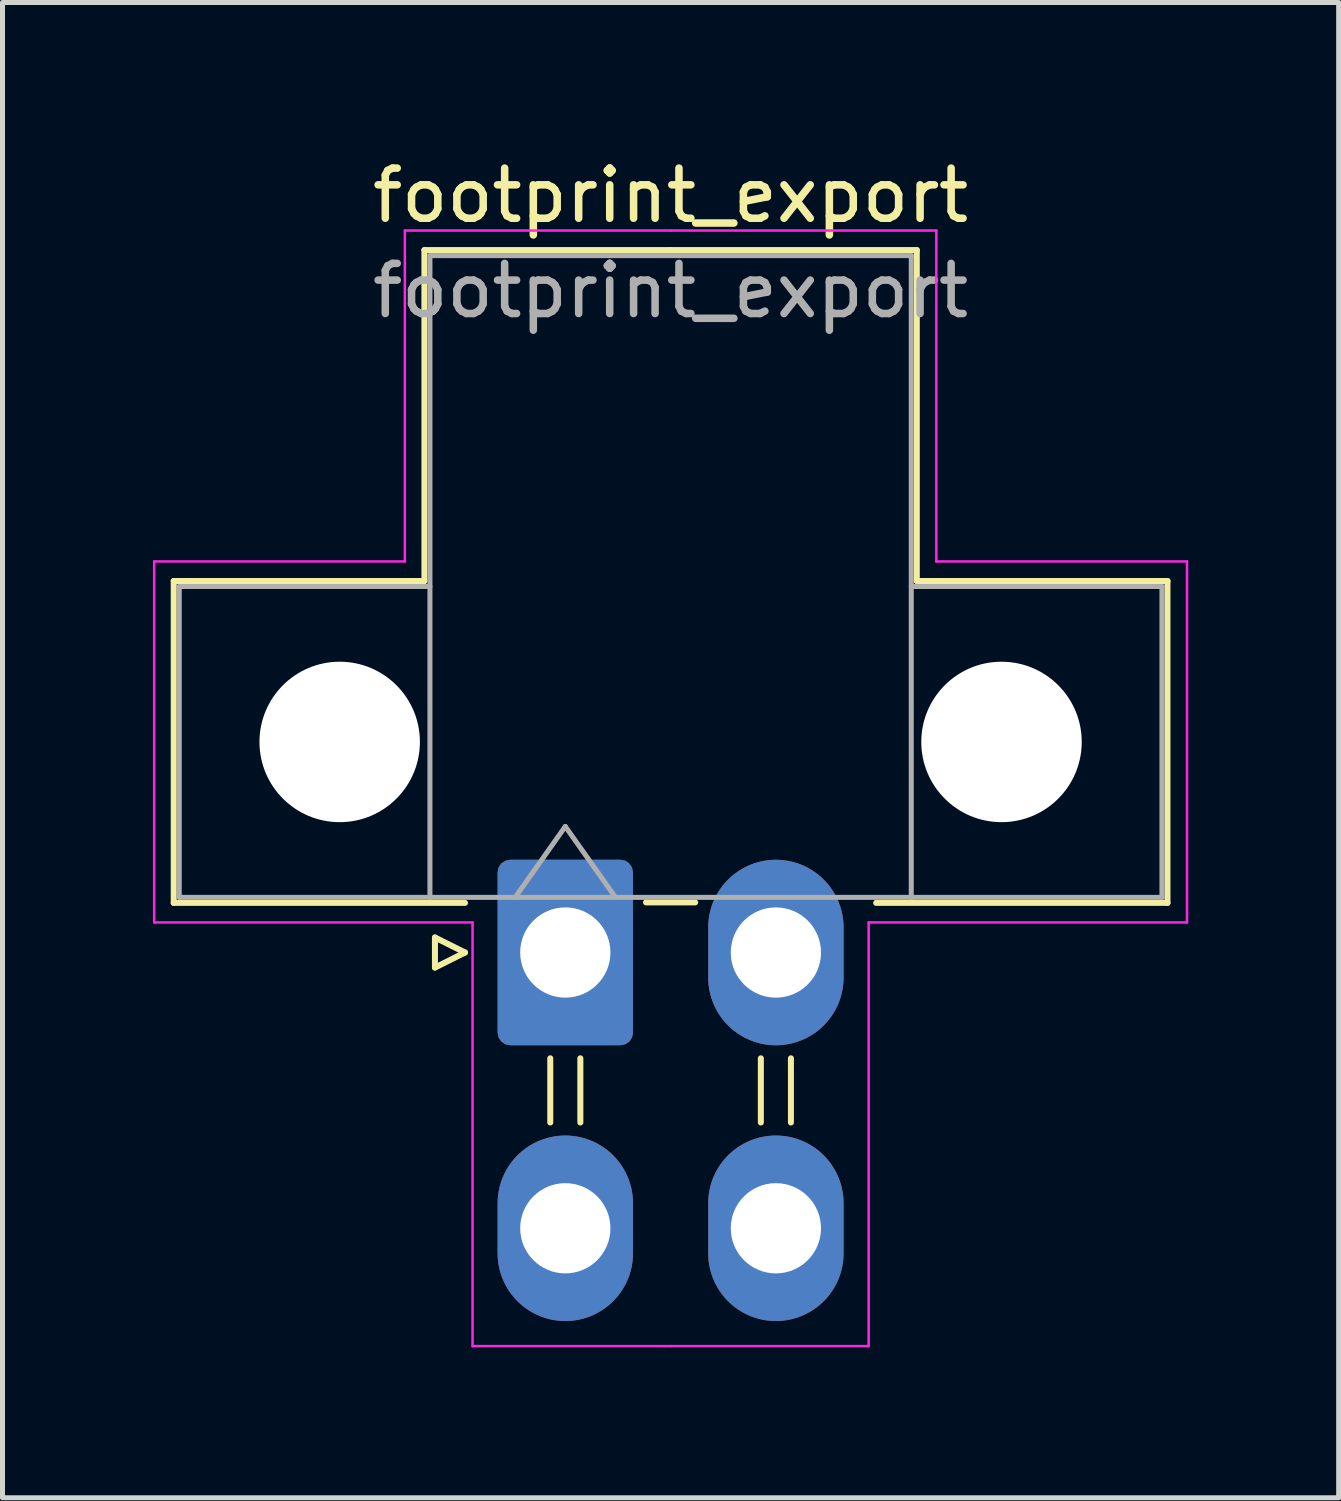
<source format=kicad_pcb>
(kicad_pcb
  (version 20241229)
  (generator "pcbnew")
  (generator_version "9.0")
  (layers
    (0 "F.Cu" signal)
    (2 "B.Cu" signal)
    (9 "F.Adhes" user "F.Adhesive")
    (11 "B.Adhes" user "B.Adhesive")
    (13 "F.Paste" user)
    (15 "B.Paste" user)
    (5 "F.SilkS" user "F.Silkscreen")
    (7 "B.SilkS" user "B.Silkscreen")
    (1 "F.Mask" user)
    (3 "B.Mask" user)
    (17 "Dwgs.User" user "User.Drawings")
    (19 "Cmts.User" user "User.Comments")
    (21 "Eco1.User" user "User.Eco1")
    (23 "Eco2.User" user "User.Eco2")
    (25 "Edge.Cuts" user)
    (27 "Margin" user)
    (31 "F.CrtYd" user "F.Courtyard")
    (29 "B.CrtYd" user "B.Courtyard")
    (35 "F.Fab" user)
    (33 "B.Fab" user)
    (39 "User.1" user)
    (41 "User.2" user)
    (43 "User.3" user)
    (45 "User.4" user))
  (footprint "footprint_export"
    (layer "F.Cu")
    (at 8.225 15.948)
    (property "Reference" "footprint_export" (at 2.1 -15.1 0) (layer "F.SilkS") (effects (font (size 1 1) (thickness 0.15))))
    (attr through_hole)
    (fp_line (start -7.81 -7.41) (end -7.81 -0.99) (stroke (width 0.12) (type solid)) (layer "F.SilkS"))
    (fp_line (start -7.81 -0.99) (end -2 -0.99) (stroke (width 0.12) (type solid)) (layer "F.SilkS"))
    (fp_line (start -2.81 -14.01) (end -2.81 -7.41) (stroke (width 0.12) (type solid)) (layer "F.SilkS"))
    (fp_line (start -2.81 -7.41) (end -7.81 -7.41) (stroke (width 0.12) (type solid)) (layer "F.SilkS"))
    (fp_line (start -2.6 -0.3) (end -2 0) (stroke (width 0.12) (type solid)) (layer "F.SilkS"))
    (fp_line (start -2.6 0.3) (end -2.6 -0.3) (stroke (width 0.12) (type solid)) (layer "F.SilkS"))
    (fp_line (start -2 0) (end -2.6 0.3) (stroke (width 0.12) (type solid)) (layer "F.SilkS"))
    (fp_line (start -0.3 2.11) (end -0.3 3.39) (stroke (width 0.12) (type solid)) (layer "F.SilkS"))
    (fp_line (start 0.3 2.11) (end 0.3 3.39) (stroke (width 0.12) (type solid)) (layer "F.SilkS"))
    (fp_line (start 1.61 -1) (end 2.59 -1) (stroke (width 0.12) (type solid)) (layer "F.SilkS"))
    (fp_line (start 2.1 -14.01) (end -2.81 -14.01) (stroke (width 0.12) (type solid)) (layer "F.SilkS"))
    (fp_line (start 2.1 -14.01) (end 7.01 -14.01) (stroke (width 0.12) (type solid)) (layer "F.SilkS"))
    (fp_line (start 3.9 2.11) (end 3.9 3.39) (stroke (width 0.12) (type solid)) (layer "F.SilkS"))
    (fp_line (start 4.5 2.11) (end 4.5 3.39) (stroke (width 0.12) (type solid)) (layer "F.SilkS"))
    (fp_line (start 7.01 -14.01) (end 7.01 -7.41) (stroke (width 0.12) (type solid)) (layer "F.SilkS"))
    (fp_line (start 7.01 -7.41) (end 12.01 -7.41) (stroke (width 0.12) (type solid)) (layer "F.SilkS"))
    (fp_line (start 12.01 -7.41) (end 12.01 -0.99) (stroke (width 0.12) (type solid)) (layer "F.SilkS"))
    (fp_line (start 12.01 -0.99) (end 6.2 -0.99) (stroke (width 0.12) (type solid)) (layer "F.SilkS"))
    (fp_line (start -8.2 -7.8) (end -8.2 -0.6) (stroke (width 0.05) (type solid)) (layer "F.CrtYd"))
    (fp_line (start -8.2 -0.6) (end -1.85 -0.6) (stroke (width 0.05) (type solid)) (layer "F.CrtYd"))
    (fp_line (start -3.2 -14.4) (end -3.2 -7.8) (stroke (width 0.05) (type solid)) (layer "F.CrtYd"))
    (fp_line (start -3.2 -7.8) (end -8.2 -7.8) (stroke (width 0.05) (type solid)) (layer "F.CrtYd"))
    (fp_line (start -1.85 -0.6) (end -1.85 7.85) (stroke (width 0.05) (type solid)) (layer "F.CrtYd"))
    (fp_line (start -1.85 7.85) (end 2.1 7.85) (stroke (width 0.05) (type solid)) (layer "F.CrtYd"))
    (fp_line (start 2.1 -14.4) (end -3.2 -14.4) (stroke (width 0.05) (type solid)) (layer "F.CrtYd"))
    (fp_line (start 2.1 -14.4) (end 7.4 -14.4) (stroke (width 0.05) (type solid)) (layer "F.CrtYd"))
    (fp_line (start 6.05 -0.6) (end 6.05 7.85) (stroke (width 0.05) (type solid)) (layer "F.CrtYd"))
    (fp_line (start 6.05 7.85) (end 2.1 7.85) (stroke (width 0.05) (type solid)) (layer "F.CrtYd"))
    (fp_line (start 7.4 -14.4) (end 7.4 -7.8) (stroke (width 0.05) (type solid)) (layer "F.CrtYd"))
    (fp_line (start 7.4 -7.8) (end 12.4 -7.8) (stroke (width 0.05) (type solid)) (layer "F.CrtYd"))
    (fp_line (start 12.4 -7.8) (end 12.4 -0.6) (stroke (width 0.05) (type solid)) (layer "F.CrtYd"))
    (fp_line (start 12.4 -0.6) (end 6.05 -0.6) (stroke (width 0.05) (type solid)) (layer "F.CrtYd"))
    (fp_line (start -7.7 -7.3) (end -7.7 -1.1) (stroke (width 0.1) (type solid)) (layer "F.Fab"))
    (fp_line (start -7.7 -1.1) (end -2.7 -1.1) (stroke (width 0.1) (type solid)) (layer "F.Fab"))
    (fp_line (start -2.7 -13.9) (end -2.7 -1.1) (stroke (width 0.1) (type solid)) (layer "F.Fab"))
    (fp_line (start -2.7 -7.3) (end -7.7 -7.3) (stroke (width 0.1) (type solid)) (layer "F.Fab"))
    (fp_line (start -2.7 -1.1) (end 6.9 -1.1) (stroke (width 0.1) (type solid)) (layer "F.Fab"))
    (fp_line (start -1 -1.1) (end 0 -2.514) (stroke (width 0.1) (type solid)) (layer "F.Fab"))
    (fp_line (start 0 -2.514) (end 1 -1.1) (stroke (width 0.1) (type solid)) (layer "F.Fab"))
    (fp_line (start 6.9 -13.9) (end -2.7 -13.9) (stroke (width 0.1) (type solid)) (layer "F.Fab"))
    (fp_line (start 6.9 -7.3) (end 11.9 -7.3) (stroke (width 0.1) (type solid)) (layer "F.Fab"))
    (fp_line (start 6.9 -1.1) (end 6.9 -13.9) (stroke (width 0.1) (type solid)) (layer "F.Fab"))
    (fp_line (start 11.9 -7.3) (end 11.9 -1.1) (stroke (width 0.1) (type solid)) (layer "F.Fab"))
    (fp_line (start 11.9 -1.1) (end 6.9 -1.1) (stroke (width 0.1) (type solid)) (layer "F.Fab"))
    (fp_text user "${REFERENCE}" (at 2.1 -13.2 0) (layer "F.Fab") (effects (font (size 1 1) (thickness 0.15))))
    (pad "" np_thru_hole circle (at -4.5 -4.2) (size 3.2 3.2) (drill 3.2) (layers "*.Cu" "*.Mask"))
    (pad "" np_thru_hole circle (at 8.7 -4.2) (size 3.2 3.2) (drill 3.2) (layers "*.Cu" "*.Mask"))
    (pad "1" thru_hole roundrect (at 0 0) (size 2.7 3.7) (drill 1.8) (layers "*.Cu" "*.Mask") (roundrect_rratio 0.093))
    (pad "2" thru_hole oval (at 4.2 0) (size 2.7 3.7) (drill 1.8) (layers "*.Cu" "*.Mask"))
    (pad "3" thru_hole oval (at 0 5.5) (size 2.7 3.7) (drill 1.8) (layers "*.Cu" "*.Mask"))
    (pad "4" thru_hole oval (at 4.2 5.5) (size 2.7 3.7) (drill 1.8) (layers "*.Cu" "*.Mask")))
  (gr_rect
    (start -3 -3)
    (end 23.65 26.823)
    (stroke (width 0.1) (type default))
    (fill no)
    (layer "Edge.Cuts")))
</source>
